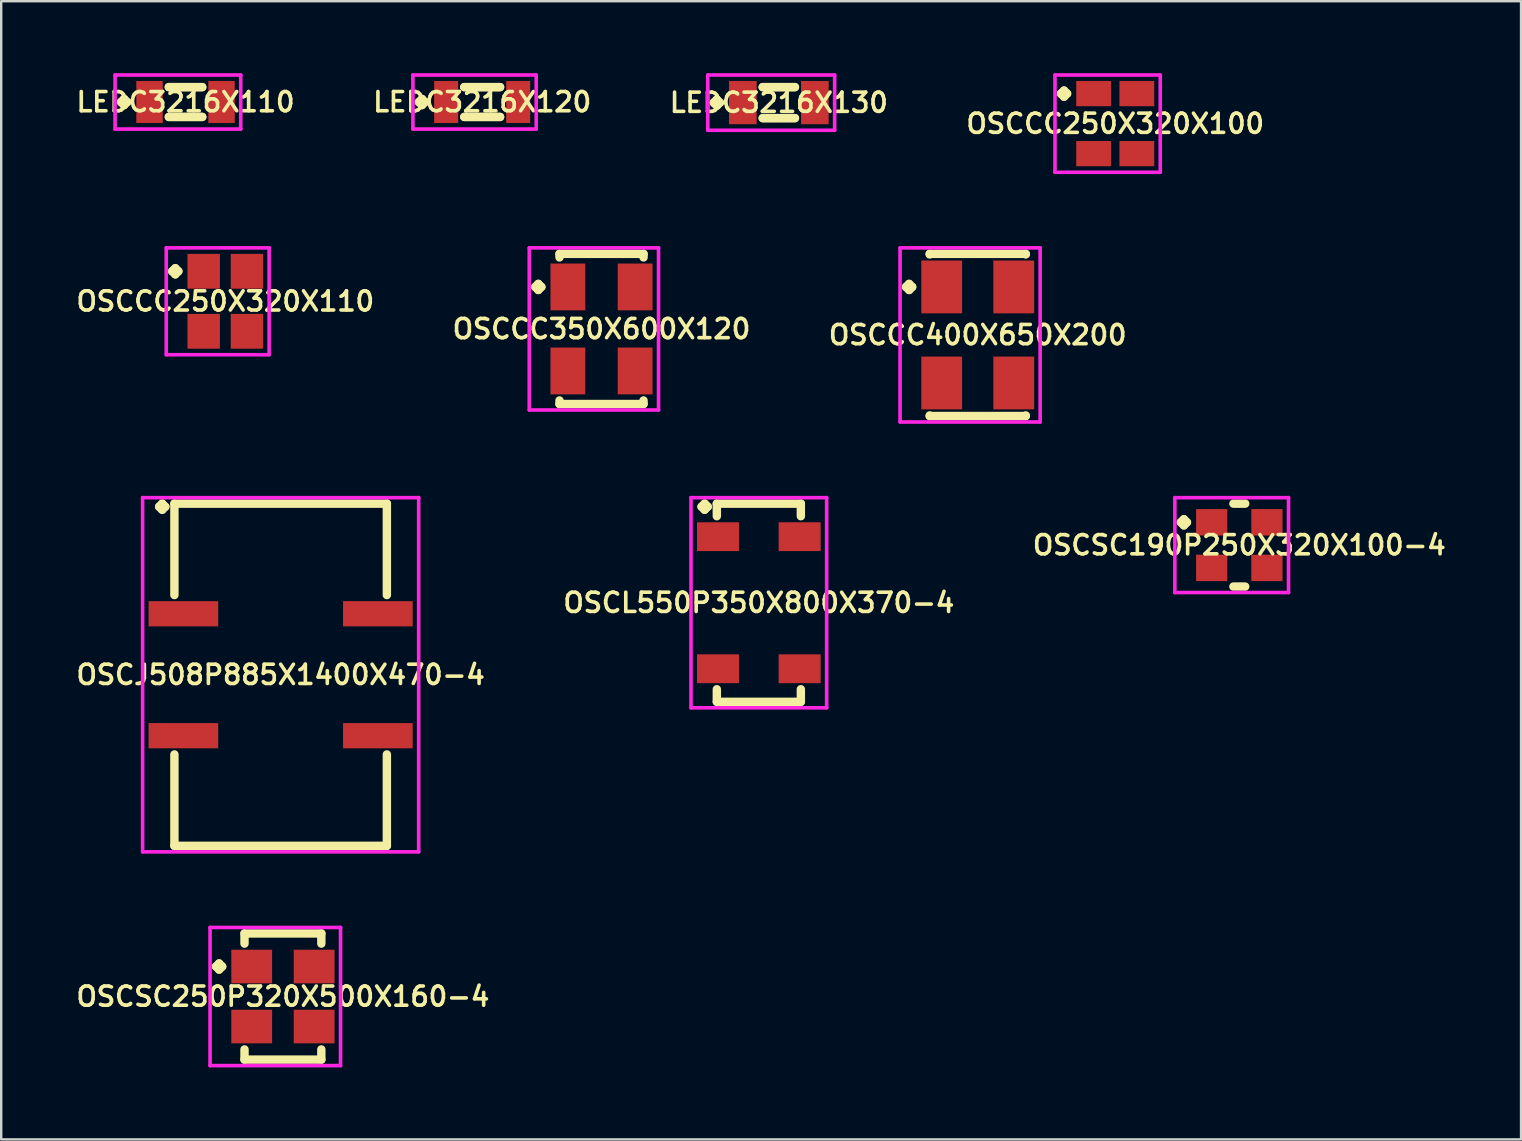
<source format=kicad_pcb>
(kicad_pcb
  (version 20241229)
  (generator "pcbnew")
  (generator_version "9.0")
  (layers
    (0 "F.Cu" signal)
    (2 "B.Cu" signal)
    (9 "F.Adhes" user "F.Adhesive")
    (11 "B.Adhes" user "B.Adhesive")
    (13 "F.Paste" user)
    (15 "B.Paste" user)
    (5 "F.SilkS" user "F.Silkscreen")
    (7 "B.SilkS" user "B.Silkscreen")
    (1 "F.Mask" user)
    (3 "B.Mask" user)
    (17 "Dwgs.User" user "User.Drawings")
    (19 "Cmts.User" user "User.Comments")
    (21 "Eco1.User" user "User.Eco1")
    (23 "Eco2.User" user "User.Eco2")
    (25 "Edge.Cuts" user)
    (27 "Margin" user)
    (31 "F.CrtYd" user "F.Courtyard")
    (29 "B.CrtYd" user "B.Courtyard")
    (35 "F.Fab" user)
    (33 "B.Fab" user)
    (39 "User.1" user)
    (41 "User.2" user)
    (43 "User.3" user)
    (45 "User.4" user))
  (footprint "LEDC3216X110"
    (layer "F.Cu")
    (at 4.678 1.2)
    (property "Reference" "LEDC3216X110" (at 0 0 0) (layer "F.SilkS") (effects (font (size 0.8 0.8) (thickness 0.15))))
    (attr through_hole)
    (fp_line (start -2.685 0) (end -2.558 -0.127) (stroke (width 0.35) (type solid)) (layer "F.SilkS"))
    (fp_line (start -2.558 -0.127) (end -2.431 0) (stroke (width 0.35) (type solid)) (layer "F.SilkS"))
    (fp_line (start -2.558 0.127) (end -2.685 0) (stroke (width 0.35) (type solid)) (layer "F.SilkS"))
    (fp_line (start -2.431 0) (end -2.558 0.127) (stroke (width 0.35) (type solid)) (layer "F.SilkS"))
    (fp_line (start -0.696 -0.621) (end 0.696 -0.621) (stroke (width 0.35) (type solid)) (layer "F.SilkS"))
    (fp_line (start -0.696 0.621) (end 0.696 0.621) (stroke (width 0.35) (type solid)) (layer "F.SilkS"))
    (fp_line (start 0.696 -0.621) (end -0.696 -0.621) (stroke (width 0.35) (type solid)) (layer "F.SilkS"))
    (fp_line (start 0.696 0.621) (end -0.696 0.621) (stroke (width 0.35) (type solid)) (layer "F.SilkS"))
    (fp_line (start -2.935 -1.125) (end 2.3 -1.125) (stroke (width 0.15) (type solid)) (layer "F.CrtYd"))
    (fp_line (start -2.935 1.125) (end -2.935 -1.125) (stroke (width 0.15) (type solid)) (layer "F.CrtYd"))
    (fp_line (start 2.3 -1.125) (end 2.3 1.125) (stroke (width 0.15) (type solid)) (layer "F.CrtYd"))
    (fp_line (start 2.3 1.125) (end -2.935 1.125) (stroke (width 0.15) (type solid)) (layer "F.CrtYd"))
    (pad "1" smd rect (at -1.5 0) (size 1.1 1.75) (layers "F.Cu" "F.Mask" "F.Paste"))
    (pad "2" smd rect (at 1.5 0) (size 1.1 1.75) (layers "F.Cu" "F.Mask" "F.Paste")))
  (footprint "OSCCC250X320X110"
    (layer "F.Cu")
    (at 6.335 9.5)
    (property "Reference" "OSCCC250X320X110" (at 0 0 0) (layer "F.SilkS") (effects (font (size 0.8 0.8) (thickness 0.15))))
    (attr smd)
    (fp_line (start -2.21 -1.25) (end -2.083 -1.377) (stroke (width 0.35) (type solid)) (layer "F.SilkS"))
    (fp_line (start -2.083 -1.377) (end -1.956 -1.25) (stroke (width 0.35) (type solid)) (layer "F.SilkS"))
    (fp_line (start -2.083 -1.123) (end -2.21 -1.25) (stroke (width 0.35) (type solid)) (layer "F.SilkS"))
    (fp_line (start -1.956 -1.25) (end -2.083 -1.123) (stroke (width 0.35) (type solid)) (layer "F.SilkS"))
    (fp_line (start -2.46 -2.225) (end 1.825 -2.225) (stroke (width 0.15) (type solid)) (layer "F.CrtYd"))
    (fp_line (start -2.46 2.225) (end -2.46 -2.225) (stroke (width 0.15) (type solid)) (layer "F.CrtYd"))
    (fp_line (start 1.825 -2.225) (end 1.825 2.225) (stroke (width 0.15) (type solid)) (layer "F.CrtYd"))
    (fp_line (start 1.825 2.225) (end -2.46 2.225) (stroke (width 0.15) (type solid)) (layer "F.CrtYd"))
    (pad "1" smd rect (at -0.9 -1.25) (size 1.35 1.45) (layers "F.Cu" "F.Mask" "F.Paste"))
    (pad "2" smd rect (at -0.9 1.25) (size 1.35 1.45) (layers "F.Cu" "F.Mask" "F.Paste"))
    (pad "3" smd rect (at 0.9 1.25) (size 1.35 1.45) (layers "F.Cu" "F.Mask" "F.Paste"))
    (pad "4" smd rect (at 0.9 -1.25) (size 1.35 1.45) (layers "F.Cu" "F.Mask" "F.Paste")))
  (footprint "OSCJ508P885X1400X470-4"
    (layer "F.Cu")
    (at 8.64 25.056)
    (property "Reference" "OSCJ508P885X1400X470-4" (at 0 0 0) (layer "F.SilkS") (effects (font (size 0.8 0.8) (thickness 0.15))))
    (attr smd)
    (fp_line (start -5.06 -7) (end -4.933 -7.127) (stroke (width 0.35) (type solid)) (layer "F.SilkS"))
    (fp_line (start -4.933 -7.127) (end -4.806 -7) (stroke (width 0.35) (type solid)) (layer "F.SilkS"))
    (fp_line (start -4.933 -6.873) (end -5.06 -7) (stroke (width 0.35) (type solid)) (layer "F.SilkS"))
    (fp_line (start -4.806 -7) (end -4.933 -6.873) (stroke (width 0.35) (type solid)) (layer "F.SilkS"))
    (fp_line (start -4.425 -7.127) (end 4.425 -7.127) (stroke (width 0.35) (type solid)) (layer "F.SilkS"))
    (fp_line (start -4.425 -3.319) (end -4.425 -7.127) (stroke (width 0.35) (type solid)) (layer "F.SilkS"))
    (fp_line (start -4.425 3.319) (end -4.425 7.127) (stroke (width 0.35) (type solid)) (layer "F.SilkS"))
    (fp_line (start -4.425 7.127) (end 4.425 7.127) (stroke (width 0.35) (type solid)) (layer "F.SilkS"))
    (fp_line (start 4.425 -7.127) (end 4.425 -3.319) (stroke (width 0.35) (type solid)) (layer "F.SilkS"))
    (fp_line (start 4.425 7.127) (end 4.425 3.319) (stroke (width 0.35) (type solid)) (layer "F.SilkS"))
    (fp_line (start -5.75 -7.377) (end 5.75 -7.377) (stroke (width 0.15) (type solid)) (layer "F.CrtYd"))
    (fp_line (start -5.75 7.377) (end -5.75 -7.377) (stroke (width 0.15) (type solid)) (layer "F.CrtYd"))
    (fp_line (start 5.75 -7.377) (end 5.75 7.377) (stroke (width 0.15) (type solid)) (layer "F.CrtYd"))
    (fp_line (start 5.75 7.377) (end -5.75 7.377) (stroke (width 0.15) (type solid)) (layer "F.CrtYd"))
    (pad "1" smd rect (at -4.05 -2.54) (size 2.9 1.05) (layers "F.Cu" "F.Mask" "F.Paste"))
    (pad "2" smd rect (at -4.05 2.54) (size 2.9 1.05) (layers "F.Cu" "F.Mask" "F.Paste"))
    (pad "3" smd rect (at 4.05 2.54) (size 2.9 1.05) (layers "F.Cu" "F.Mask" "F.Paste"))
    (pad "4" smd rect (at 4.05 -2.54) (size 2.9 1.05) (layers "F.Cu" "F.Mask" "F.Paste")))
  (footprint "OSCSC250P320X500X160-4"
    (layer "F.Cu")
    (at 8.735 38.46)
    (property "Reference" "OSCSC250P320X500X160-4" (at 0 0 0) (layer "F.SilkS") (effects (font (size 0.8 0.8) (thickness 0.15))))
    (attr through_hole)
    (fp_line (start -2.785 -1.25) (end -2.658 -1.377) (stroke (width 0.35) (type solid)) (layer "F.SilkS"))
    (fp_line (start -2.658 -1.377) (end -2.531 -1.25) (stroke (width 0.35) (type solid)) (layer "F.SilkS"))
    (fp_line (start -2.658 -1.123) (end -2.785 -1.25) (stroke (width 0.35) (type solid)) (layer "F.SilkS"))
    (fp_line (start -2.531 -1.25) (end -2.658 -1.123) (stroke (width 0.35) (type solid)) (layer "F.SilkS"))
    (fp_line (start -1.6 -2.627) (end 1.6 -2.627) (stroke (width 0.35) (type solid)) (layer "F.SilkS"))
    (fp_line (start -1.6 -2.204) (end -1.6 -2.627) (stroke (width 0.35) (type solid)) (layer "F.SilkS"))
    (fp_line (start -1.6 2.204) (end -1.6 2.627) (stroke (width 0.35) (type solid)) (layer "F.SilkS"))
    (fp_line (start -1.6 2.627) (end 1.6 2.627) (stroke (width 0.35) (type solid)) (layer "F.SilkS"))
    (fp_line (start 1.6 -2.627) (end 1.6 -2.204) (stroke (width 0.35) (type solid)) (layer "F.SilkS"))
    (fp_line (start 1.6 2.627) (end 1.6 2.204) (stroke (width 0.35) (type solid)) (layer "F.SilkS"))
    (fp_line (start -3.035 -2.877) (end 2.4 -2.877) (stroke (width 0.15) (type solid)) (layer "F.CrtYd"))
    (fp_line (start -3.035 2.877) (end -3.035 -2.877) (stroke (width 0.15) (type solid)) (layer "F.CrtYd"))
    (fp_line (start 2.4 -2.877) (end 2.4 2.877) (stroke (width 0.15) (type solid)) (layer "F.CrtYd"))
    (fp_line (start 2.4 2.877) (end -3.035 2.877) (stroke (width 0.15) (type solid)) (layer "F.CrtYd"))
    (pad "1" smd rect (at -1.3 -1.25) (size 1.7 1.4) (layers "F.Cu" "F.Mask" "F.Paste"))
    (pad "2" smd rect (at -1.3 1.25) (size 1.7 1.4) (layers "F.Cu" "F.Mask" "F.Paste"))
    (pad "3" smd rect (at 1.3 1.25) (size 1.7 1.4) (layers "F.Cu" "F.Mask" "F.Paste"))
    (pad "4" smd rect (at 1.3 -1.25) (size 1.7 1.4) (layers "F.Cu" "F.Mask" "F.Paste")))
  (footprint "OSCCC350X600X120"
    (layer "F.Cu")
    (at 22.006 10.652)
    (property "Reference" "OSCCC350X600X120" (at 0 0 0) (layer "F.SilkS") (effects (font (size 0.8 0.8) (thickness 0.15))))
    (attr smd)
    (fp_line (start -2.76 -1.75) (end -2.633 -1.877) (stroke (width 0.35) (type solid)) (layer "F.SilkS"))
    (fp_line (start -2.633 -1.877) (end -2.506 -1.75) (stroke (width 0.35) (type solid)) (layer "F.SilkS"))
    (fp_line (start -2.633 -1.623) (end -2.76 -1.75) (stroke (width 0.35) (type solid)) (layer "F.SilkS"))
    (fp_line (start -2.506 -1.75) (end -2.633 -1.623) (stroke (width 0.35) (type solid)) (layer "F.SilkS"))
    (fp_line (start -1.75 -3.127) (end 1.75 -3.127) (stroke (width 0.35) (type solid)) (layer "F.SilkS"))
    (fp_line (start -1.75 -2.979) (end -1.75 -3.127) (stroke (width 0.35) (type solid)) (layer "F.SilkS"))
    (fp_line (start -1.75 2.979) (end -1.75 3.127) (stroke (width 0.35) (type solid)) (layer "F.SilkS"))
    (fp_line (start -1.75 3.127) (end 1.75 3.127) (stroke (width 0.35) (type solid)) (layer "F.SilkS"))
    (fp_line (start 1.75 -3.127) (end 1.75 -2.979) (stroke (width 0.35) (type solid)) (layer "F.SilkS"))
    (fp_line (start 1.75 3.127) (end 1.75 2.979) (stroke (width 0.35) (type solid)) (layer "F.SilkS"))
    (fp_line (start -3.01 -3.377) (end 2.375 -3.377) (stroke (width 0.15) (type solid)) (layer "F.CrtYd"))
    (fp_line (start -3.01 3.377) (end -3.01 -3.377) (stroke (width 0.15) (type solid)) (layer "F.CrtYd"))
    (fp_line (start 2.375 -3.377) (end 2.375 3.377) (stroke (width 0.15) (type solid)) (layer "F.CrtYd"))
    (fp_line (start 2.375 3.377) (end -3.01 3.377) (stroke (width 0.15) (type solid)) (layer "F.CrtYd"))
    (pad "1" smd rect (at -1.4 -1.75) (size 1.45 1.95) (layers "F.Cu" "F.Mask" "F.Paste"))
    (pad "2" smd rect (at -1.4 1.75) (size 1.45 1.95) (layers "F.Cu" "F.Mask" "F.Paste"))
    (pad "3" smd rect (at 1.4 1.75) (size 1.45 1.95) (layers "F.Cu" "F.Mask" "F.Paste"))
    (pad "4" smd rect (at 1.4 -1.75) (size 1.45 1.95) (layers "F.Cu" "F.Mask" "F.Paste")))
  (footprint "OSCSC190P250X320X100-4"
    (layer "F.Cu")
    (at 48.573 19.656)
    (property "Reference" "OSCSC190P250X320X100-4" (at 0 0 0) (layer "F.SilkS") (effects (font (size 0.8 0.8) (thickness 0.15))))
    (attr smd)
    (fp_line (start -2.435 -0.95) (end -2.308 -1.077) (stroke (width 0.35) (type solid)) (layer "F.SilkS"))
    (fp_line (start -2.308 -1.077) (end -2.181 -0.95) (stroke (width 0.35) (type solid)) (layer "F.SilkS"))
    (fp_line (start -2.308 -0.823) (end -2.435 -0.95) (stroke (width 0.35) (type solid)) (layer "F.SilkS"))
    (fp_line (start -2.181 -0.95) (end -2.308 -0.823) (stroke (width 0.35) (type solid)) (layer "F.SilkS"))
    (fp_line (start -0.246 -1.727) (end 0.246 -1.727) (stroke (width 0.35) (type solid)) (layer "F.SilkS"))
    (fp_line (start -0.246 1.727) (end 0.246 1.727) (stroke (width 0.35) (type solid)) (layer "F.SilkS"))
    (fp_line (start -2.685 -1.977) (end 2.05 -1.977) (stroke (width 0.15) (type solid)) (layer "F.CrtYd"))
    (fp_line (start -2.685 1.977) (end -2.685 -1.977) (stroke (width 0.15) (type solid)) (layer "F.CrtYd"))
    (fp_line (start 2.05 -1.977) (end 2.05 1.977) (stroke (width 0.15) (type solid)) (layer "F.CrtYd"))
    (fp_line (start 2.05 1.977) (end -2.685 1.977) (stroke (width 0.15) (type solid)) (layer "F.CrtYd"))
    (pad "1" smd rect (at -1.15 -0.95) (size 1.3 1.1) (layers "F.Cu" "F.Mask" "F.Paste"))
    (pad "2" smd rect (at -1.15 0.95) (size 1.3 1.1) (layers "F.Cu" "F.Mask" "F.Paste"))
    (pad "3" smd rect (at 1.15 0.95) (size 1.3 1.1) (layers "F.Cu" "F.Mask" "F.Paste"))
    (pad "4" smd rect (at 1.15 -0.95) (size 1.3 1.1) (layers "F.Cu" "F.Mask" "F.Paste")))
  (footprint "LEDC3216X130"
    (layer "F.Cu")
    (at 29.392 1.225)
    (property "Reference" "LEDC3216X130" (at 0 0 0) (layer "F.SilkS") (effects (font (size 0.8 0.8) (thickness 0.15))))
    (attr smd)
    (fp_line (start -2.71 0) (end -2.583 -0.127) (stroke (width 0.35) (type solid)) (layer "F.SilkS"))
    (fp_line (start -2.583 -0.127) (end -2.456 0) (stroke (width 0.35) (type solid)) (layer "F.SilkS"))
    (fp_line (start -2.583 0.127) (end -2.71 0) (stroke (width 0.35) (type solid)) (layer "F.SilkS"))
    (fp_line (start -2.456 0) (end -2.583 0.127) (stroke (width 0.35) (type solid)) (layer "F.SilkS"))
    (fp_line (start -0.671 -0.646) (end 0.671 -0.646) (stroke (width 0.35) (type solid)) (layer "F.SilkS"))
    (fp_line (start -0.671 0.646) (end 0.671 0.646) (stroke (width 0.35) (type solid)) (layer "F.SilkS"))
    (fp_line (start 0.671 -0.646) (end -0.671 -0.646) (stroke (width 0.35) (type solid)) (layer "F.SilkS"))
    (fp_line (start 0.671 0.646) (end -0.671 0.646) (stroke (width 0.35) (type solid)) (layer "F.SilkS"))
    (fp_line (start -2.96 -1.15) (end 2.325 -1.15) (stroke (width 0.15) (type solid)) (layer "F.CrtYd"))
    (fp_line (start -2.96 1.15) (end -2.96 -1.15) (stroke (width 0.15) (type solid)) (layer "F.CrtYd"))
    (fp_line (start 2.325 -1.15) (end 2.325 1.15) (stroke (width 0.15) (type solid)) (layer "F.CrtYd"))
    (fp_line (start 2.325 1.15) (end -2.96 1.15) (stroke (width 0.15) (type solid)) (layer "F.CrtYd"))
    (pad "1" smd rect (at -1.5 0) (size 1.15 1.8) (layers "F.Cu" "F.Mask" "F.Paste"))
    (pad "2" smd rect (at 1.5 0) (size 1.15 1.8) (layers "F.Cu" "F.Mask" "F.Paste")))
  (footprint "OSCCC250X320X100"
    (layer "F.Cu")
    (at 43.405 2.1)
    (property "Reference" "OSCCC250X320X100" (at 0 0 0) (layer "F.SilkS") (effects (font (size 0.8 0.8) (thickness 0.15))))
    (attr smd)
    (fp_line (start -2.26 -1.25) (end -2.133 -1.377) (stroke (width 0.35) (type solid)) (layer "F.SilkS"))
    (fp_line (start -2.133 -1.377) (end -2.006 -1.25) (stroke (width 0.35) (type solid)) (layer "F.SilkS"))
    (fp_line (start -2.133 -1.123) (end -2.26 -1.25) (stroke (width 0.35) (type solid)) (layer "F.SilkS"))
    (fp_line (start -2.006 -1.25) (end -2.133 -1.123) (stroke (width 0.35) (type solid)) (layer "F.SilkS"))
    (fp_line (start -2.51 -2.025) (end 1.875 -2.025) (stroke (width 0.15) (type solid)) (layer "F.CrtYd"))
    (fp_line (start -2.51 2.025) (end -2.51 -2.025) (stroke (width 0.15) (type solid)) (layer "F.CrtYd"))
    (fp_line (start 1.875 -2.025) (end 1.875 2.025) (stroke (width 0.15) (type solid)) (layer "F.CrtYd"))
    (fp_line (start 1.875 2.025) (end -2.51 2.025) (stroke (width 0.15) (type solid)) (layer "F.CrtYd"))
    (pad "1" smd rect (at -0.9 -1.25) (size 1.45 1.05) (layers "F.Cu" "F.Mask" "F.Paste"))
    (pad "2" smd rect (at -0.9 1.25) (size 1.45 1.05) (layers "F.Cu" "F.Mask" "F.Paste"))
    (pad "3" smd rect (at 0.9 1.25) (size 1.45 1.05) (layers "F.Cu" "F.Mask" "F.Paste"))
    (pad "4" smd rect (at 0.9 -1.25) (size 1.45 1.05) (layers "F.Cu" "F.Mask" "F.Paste")))
  (footprint "OSCL550P350X800X370-4"
    (layer "F.Cu")
    (at 28.559 22.056)
    (property "Reference" "OSCL550P350X800X370-4" (at 0 0 0) (layer "F.SilkS") (effects (font (size 0.8 0.8) (thickness 0.15))))
    (attr through_hole)
    (fp_line (start -2.385 -4) (end -2.258 -4.127) (stroke (width 0.35) (type solid)) (layer "F.SilkS"))
    (fp_line (start -2.258 -4.127) (end -2.131 -4) (stroke (width 0.35) (type solid)) (layer "F.SilkS"))
    (fp_line (start -2.258 -3.873) (end -2.385 -4) (stroke (width 0.35) (type solid)) (layer "F.SilkS"))
    (fp_line (start -2.131 -4) (end -2.258 -3.873) (stroke (width 0.35) (type solid)) (layer "F.SilkS"))
    (fp_line (start -1.75 -4.127) (end 1.75 -4.127) (stroke (width 0.35) (type solid)) (layer "F.SilkS"))
    (fp_line (start -1.75 -3.604) (end -1.75 -4.127) (stroke (width 0.35) (type solid)) (layer "F.SilkS"))
    (fp_line (start -1.75 3.604) (end -1.75 4.127) (stroke (width 0.35) (type solid)) (layer "F.SilkS"))
    (fp_line (start -1.75 4.127) (end 1.75 4.127) (stroke (width 0.35) (type solid)) (layer "F.SilkS"))
    (fp_line (start 1.75 -4.127) (end 1.75 -3.604) (stroke (width 0.35) (type solid)) (layer "F.SilkS"))
    (fp_line (start 1.75 4.127) (end 1.75 3.604) (stroke (width 0.35) (type solid)) (layer "F.SilkS"))
    (fp_line (start -2.825 -4.377) (end 2.825 -4.377) (stroke (width 0.15) (type solid)) (layer "F.CrtYd"))
    (fp_line (start -2.825 4.377) (end -2.825 -4.377) (stroke (width 0.15) (type solid)) (layer "F.CrtYd"))
    (fp_line (start 2.825 -4.377) (end 2.825 4.377) (stroke (width 0.15) (type solid)) (layer "F.CrtYd"))
    (fp_line (start 2.825 4.377) (end -2.825 4.377) (stroke (width 0.15) (type solid)) (layer "F.CrtYd"))
    (pad "1" smd rect (at -1.7 -2.75) (size 1.75 1.2) (layers "F.Cu" "F.Mask" "F.Paste"))
    (pad "2" smd rect (at -1.7 2.75) (size 1.75 1.2) (layers "F.Cu" "F.Mask" "F.Paste"))
    (pad "3" smd rect (at 1.7 2.75) (size 1.75 1.2) (layers "F.Cu" "F.Mask" "F.Paste"))
    (pad "4" smd rect (at 1.7 -2.75) (size 1.75 1.2) (layers "F.Cu" "F.Mask" "F.Paste")))
  (footprint "LEDC3216X120"
    (layer "F.Cu")
    (at 17.035 1.2)
    (property "Reference" "LEDC3216X120" (at 0 0 0) (layer "F.SilkS") (effects (font (size 0.8 0.8) (thickness 0.15))))
    (attr through_hole)
    (fp_line (start -2.635 0) (end -2.508 -0.127) (stroke (width 0.35) (type solid)) (layer "F.SilkS"))
    (fp_line (start -2.508 -0.127) (end -2.381 0) (stroke (width 0.35) (type solid)) (layer "F.SilkS"))
    (fp_line (start -2.508 0.127) (end -2.635 0) (stroke (width 0.35) (type solid)) (layer "F.SilkS"))
    (fp_line (start -2.381 0) (end -2.508 0.127) (stroke (width 0.35) (type solid)) (layer "F.SilkS"))
    (fp_line (start -0.746 -0.621) (end 0.746 -0.621) (stroke (width 0.35) (type solid)) (layer "F.SilkS"))
    (fp_line (start -0.746 0.621) (end 0.746 0.621) (stroke (width 0.35) (type solid)) (layer "F.SilkS"))
    (fp_line (start 0.746 -0.621) (end -0.746 -0.621) (stroke (width 0.35) (type solid)) (layer "F.SilkS"))
    (fp_line (start 0.746 0.621) (end -0.746 0.621) (stroke (width 0.35) (type solid)) (layer "F.SilkS"))
    (fp_line (start -2.885 -1.125) (end 2.25 -1.125) (stroke (width 0.15) (type solid)) (layer "F.CrtYd"))
    (fp_line (start -2.885 1.125) (end -2.885 -1.125) (stroke (width 0.15) (type solid)) (layer "F.CrtYd"))
    (fp_line (start 2.25 -1.125) (end 2.25 1.125) (stroke (width 0.15) (type solid)) (layer "F.CrtYd"))
    (fp_line (start 2.25 1.125) (end -2.885 1.125) (stroke (width 0.15) (type solid)) (layer "F.CrtYd"))
    (pad "1" smd rect (at -1.5 0) (size 1 1.75) (layers "F.Cu" "F.Mask" "F.Paste"))
    (pad "2" smd rect (at 1.5 0) (size 1 1.75) (layers "F.Cu" "F.Mask" "F.Paste")))
  (footprint "OSCCC400X650X200"
    (layer "F.Cu")
    (at 37.677 10.902)
    (property "Reference" "OSCCC400X650X200" (at 0 0 0) (layer "F.SilkS") (effects (font (size 0.8 0.8) (thickness 0.15))))
    (attr smd)
    (fp_line (start -2.985 -2) (end -2.858 -2.127) (stroke (width 0.35) (type solid)) (layer "F.SilkS"))
    (fp_line (start -2.858 -2.127) (end -2.731 -2) (stroke (width 0.35) (type solid)) (layer "F.SilkS"))
    (fp_line (start -2.858 -1.873) (end -2.985 -2) (stroke (width 0.35) (type solid)) (layer "F.SilkS"))
    (fp_line (start -2.731 -2) (end -2.858 -1.873) (stroke (width 0.35) (type solid)) (layer "F.SilkS"))
    (fp_line (start -2 -3.377) (end 2 -3.377) (stroke (width 0.35) (type solid)) (layer "F.SilkS"))
    (fp_line (start -2 -3.354) (end -2 -3.377) (stroke (width 0.35) (type solid)) (layer "F.SilkS"))
    (fp_line (start -2 3.354) (end -2 3.377) (stroke (width 0.35) (type solid)) (layer "F.SilkS"))
    (fp_line (start -2 3.377) (end 2 3.377) (stroke (width 0.35) (type solid)) (layer "F.SilkS"))
    (fp_line (start 2 -3.377) (end 2 -3.354) (stroke (width 0.35) (type solid)) (layer "F.SilkS"))
    (fp_line (start 2 3.377) (end 2 3.354) (stroke (width 0.35) (type solid)) (layer "F.SilkS"))
    (fp_line (start -3.235 -3.627) (end 2.6 -3.627) (stroke (width 0.15) (type solid)) (layer "F.CrtYd"))
    (fp_line (start -3.235 3.627) (end -3.235 -3.627) (stroke (width 0.15) (type solid)) (layer "F.CrtYd"))
    (fp_line (start 2.6 -3.627) (end 2.6 3.627) (stroke (width 0.15) (type solid)) (layer "F.CrtYd"))
    (fp_line (start 2.6 3.627) (end -3.235 3.627) (stroke (width 0.15) (type solid)) (layer "F.CrtYd"))
    (pad "1" smd rect (at -1.5 -2) (size 1.7 2.2) (layers "F.Cu" "F.Mask" "F.Paste"))
    (pad "2" smd rect (at -1.5 2) (size 1.7 2.2) (layers "F.Cu" "F.Mask" "F.Paste"))
    (pad "3" smd rect (at 1.5 2) (size 1.7 2.2) (layers "F.Cu" "F.Mask" "F.Paste"))
    (pad "4" smd rect (at 1.5 -2) (size 1.7 2.2) (layers "F.Cu" "F.Mask" "F.Paste")))
  (gr_rect
    (start -3 -3)
    (end 60.308 44.412)
    (stroke (width 0.1) (type default))
    (fill no)
    (layer "Edge.Cuts")))
</source>
